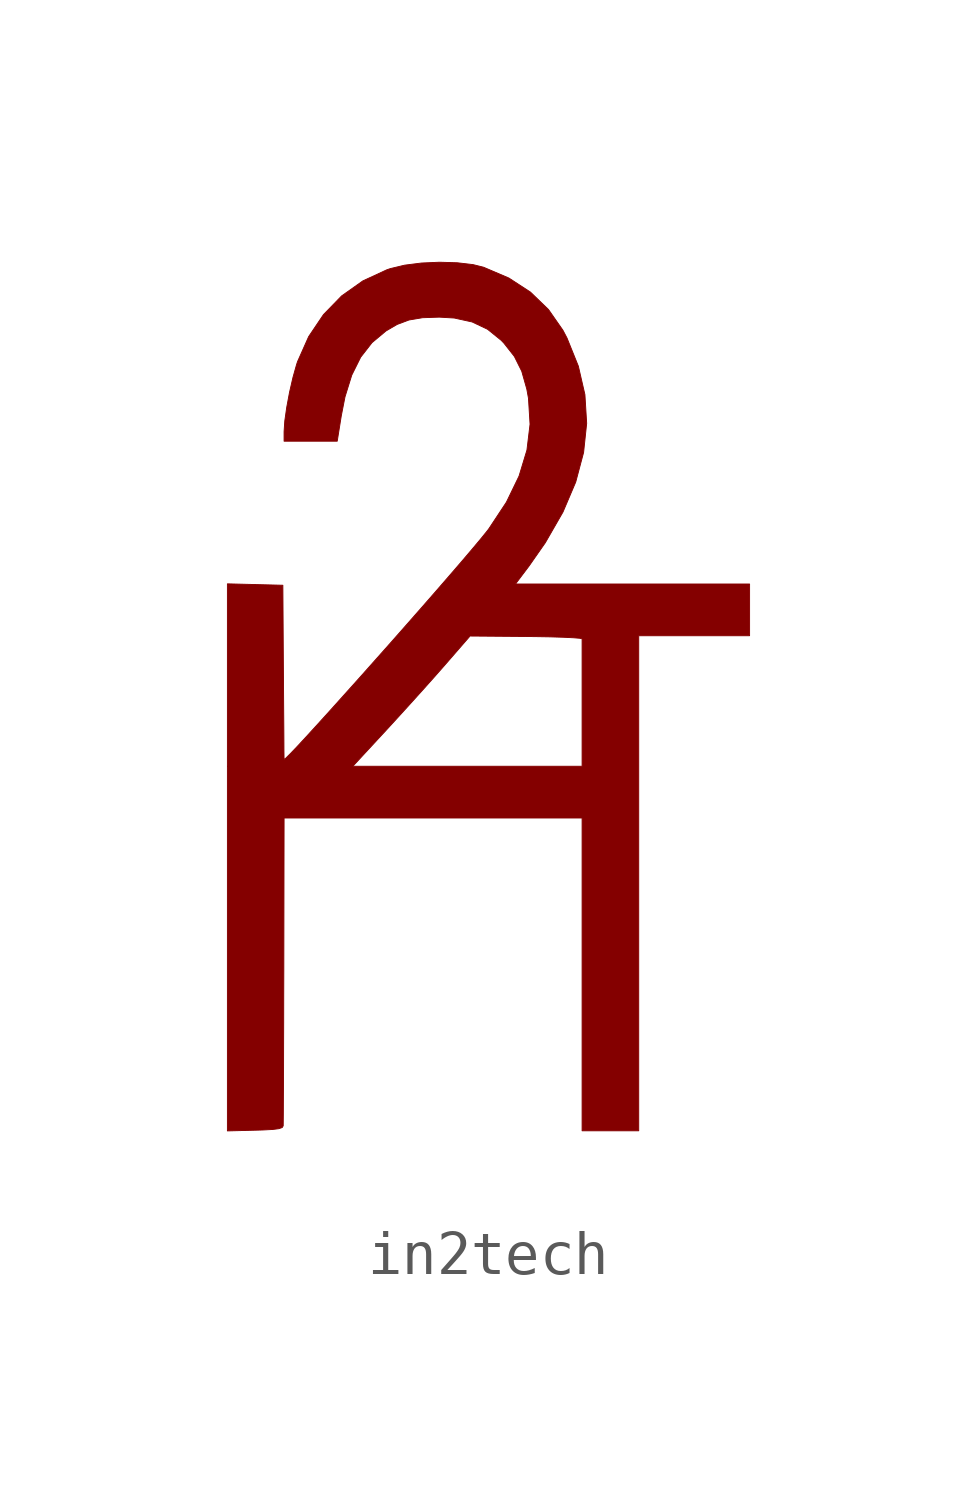
<source format=kicad_sym>
(kicad_symbol_lib
  (version 20231120)
  (generator "kicad_symbol_editor")
  (generator_version "8.0")
  (symbol "in2tech"
    (pin_names
      (offset 1.016))
    (property "Reference" "#G"
      (at 0 9.346 0)
      (effects (font (size 1.27 1.27)) (hide yes)))
    (symbol "in2tech_0_0"
      (polyline (pts (xy -5.313 -9.912) (xy -5.136 -9.907) (xy -4.911 -9.895) (xy -4.771 -9.877) (xy -4.697 -9.851) (xy -4.674 -9.812) (xy -4.674 -9.81) (xy -4.673 -9.729) (xy -4.671 -9.547) (xy -4.67 -9.274) (xy -4.668 -8.918) (xy -4.666 -8.492) (xy -4.665 -8.003) (xy -4.663 -7.463) (xy -4.662 -6.88) (xy -4.66 -6.266) (xy -4.654 -2.804) (xy -1.262 -2.804) (xy 2.131 -2.804) (xy 2.131 -6.364) (xy 2.131 -9.925) (xy 2.776 -9.925) (xy 3.42 -9.925) (xy 3.42 -4.289) (xy 3.42 1.346) (xy 4.682 1.346) (xy 5.944 1.346) (xy 5.944 1.934) (xy 5.944 2.523) (xy 3.279 2.523) (xy 0.614 2.523) (xy 0.924 2.934) (xy 1.294 3.464) (xy 1.695 4.161) (xy 1.986 4.845) (xy 2.165 5.518) (xy 2.235 6.181) (xy 2.195 6.835) (xy 2.046 7.482) (xy 1.787 8.124) (xy 1.694 8.301) (xy 1.365 8.773) (xy 0.955 9.169) (xy 0.464 9.489) (xy -0.112 9.735) (xy -0.352 9.795) (xy -0.712 9.837) (xy -1.115 9.849) (xy -1.526 9.831) (xy -1.911 9.782) (xy -2.235 9.704) (xy -2.317 9.676) (xy -2.861 9.424) (xy -3.344 9.082) (xy -3.757 8.657) (xy -4.094 8.156) (xy -4.347 7.587) (xy -4.369 7.521) (xy -4.452 7.226) (xy -4.53 6.887) (xy -4.594 6.544) (xy -4.638 6.234) (xy -4.654 5.992) (xy -4.654 5.775) (xy -4.049 5.775) (xy -3.444 5.775) (xy -3.352 6.35) (xy -3.267 6.784) (xy -3.113 7.279) (xy -2.91 7.687) (xy -2.652 8.018) (xy -2.334 8.284) (xy -2.082 8.432) (xy -1.81 8.534) (xy -1.502 8.586) (xy -1.121 8.599) (xy -0.781 8.579) (xy -0.372 8.489) (xy -0.022 8.323) (xy 0.286 8.074) (xy 0.35 8.008) (xy 0.589 7.704) (xy 0.757 7.367) (xy 0.872 6.961) (xy 0.91 6.753) (xy 0.946 6.161) (xy 0.875 5.572) (xy 0.696 4.982) (xy 0.408 4.387) (xy 0.009 3.783) (xy -0.035 3.725) (xy -0.172 3.556) (xy -0.363 3.328) (xy -0.6 3.049) (xy -0.877 2.728) (xy -1.185 2.373) (xy -1.518 1.992) (xy -1.867 1.595) (xy -2.225 1.189) (xy -2.585 0.784) (xy -2.939 0.386) (xy -3.28 0.006) (xy -3.599 -0.349) (xy -3.89 -0.67) (xy -4.145 -0.949) (xy -4.356 -1.177) (xy -4.517 -1.345) (xy -4.619 -1.446) (xy -4.655 -1.471) (xy -4.655 -1.423) (xy -4.657 -1.273) (xy -4.658 -1.036) (xy -4.66 -0.723) (xy -4.663 -0.349) (xy -4.666 0.074) (xy -4.669 0.533) (xy -4.682 2.495) (xy -5.313 2.511) (xy -5.944 2.527) (xy -5.944 -1.626) (xy -3.089 -1.626) (xy -2.324 -0.799) (xy -2.116 -0.572) (xy -1.812 -0.238) (xy -1.505 0.102) (xy -1.222 0.419) (xy -0.99 0.683) (xy -0.42 1.339) (xy 0.855 1.328) (xy 1.057 1.326) (xy 1.402 1.32) (xy 1.697 1.311) (xy 1.927 1.3) (xy 2.077 1.288) (xy 2.131 1.276) (xy 2.131 1.227) (xy 2.131 1.078) (xy 2.131 0.847) (xy 2.131 0.546) (xy 2.131 0.194) (xy 2.131 -0.196) (xy 2.131 -1.626) (xy -0.479 -1.626) (xy -3.089 -1.626) (xy -5.944 -1.626) (xy -5.944 -3.701) (xy -5.944 -9.928) (xy -5.313 -9.912)) (stroke (width 0.01) (type default)) (fill (type outline))))))
</source>
